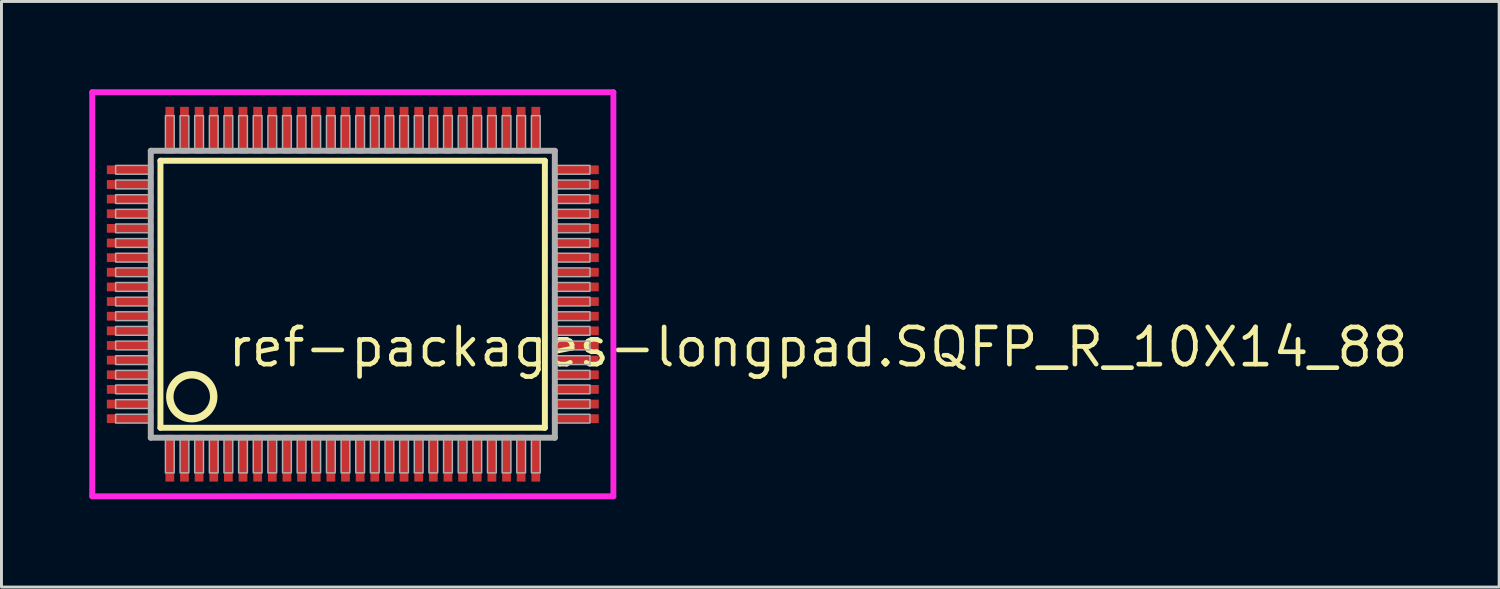
<source format=kicad_pcb>
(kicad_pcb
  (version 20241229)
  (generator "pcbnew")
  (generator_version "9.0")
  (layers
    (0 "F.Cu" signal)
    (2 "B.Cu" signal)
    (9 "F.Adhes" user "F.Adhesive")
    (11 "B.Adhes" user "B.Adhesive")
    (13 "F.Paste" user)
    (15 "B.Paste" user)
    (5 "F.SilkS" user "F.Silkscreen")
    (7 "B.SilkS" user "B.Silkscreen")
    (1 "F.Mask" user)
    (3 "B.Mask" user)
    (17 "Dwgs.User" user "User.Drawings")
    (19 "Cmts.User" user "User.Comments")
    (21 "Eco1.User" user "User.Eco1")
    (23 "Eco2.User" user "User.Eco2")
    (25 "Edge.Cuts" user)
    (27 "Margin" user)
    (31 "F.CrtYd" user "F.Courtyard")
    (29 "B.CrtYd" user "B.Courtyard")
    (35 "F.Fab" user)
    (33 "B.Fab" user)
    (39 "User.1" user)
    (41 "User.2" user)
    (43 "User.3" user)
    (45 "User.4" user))
  (footprint "ref-packages-longpad.SQFP_R_10X14_88"
    (layer "F.Cu")
    (at 9 7)
    (property "Reference" "ref-packages-longpad.SQFP_R_10X14_88" (at -4.35 2.55 0) (layer "F.SilkS") (effects (font (size 1.27 1.27) (thickness 0.16)) (justify left bottom)))
    (attr smd)
    (fp_line (start -6.57 -4.56) (end 6.56 -4.56) (stroke (width 0.203) (type default)) (layer "F.SilkS"))
    (fp_line (start -6.57 4.56) (end -6.57 -4.56) (stroke (width 0.203) (type default)) (layer "F.SilkS"))
    (fp_line (start 6.56 -4.56) (end 6.56 4.56) (stroke (width 0.203) (type default)) (layer "F.SilkS"))
    (fp_line (start 6.56 4.56) (end -6.57 4.56) (stroke (width 0.203) (type default)) (layer "F.SilkS"))
    (fp_circle (center -5.5 3.5) (end -4.75 3.5) (stroke (width 0.254) (type default)) (fill no) (layer "F.SilkS"))
    (fp_line (start -8.9 -6.9) (end 8.9 -6.9) (stroke (width 0.2) (type default)) (layer "F.CrtYd"))
    (fp_line (start -8.9 6.9) (end -8.9 -6.9) (stroke (width 0.2) (type default)) (layer "F.CrtYd"))
    (fp_line (start 8.9 -6.9) (end 8.9 6.9) (stroke (width 0.2) (type default)) (layer "F.CrtYd"))
    (fp_line (start 8.9 6.9) (end -8.9 6.9) (stroke (width 0.2) (type default)) (layer "F.CrtYd"))
    (fp_line (start -6.9 -4.9) (end -6.9 4.9) (stroke (width 0.203) (type default)) (layer "F.Fab"))
    (fp_line (start -6.9 4.9) (end 6.9 4.9) (stroke (width 0.203) (type default)) (layer "F.Fab"))
    (fp_line (start 6.9 -4.9) (end -6.9 -4.9) (stroke (width 0.203) (type default)) (layer "F.Fab"))
    (fp_line (start 6.9 4.9) (end 6.9 -4.9) (stroke (width 0.203) (type default)) (layer "F.Fab"))
    (fp_rect (start -8.1 -4.1) (end -6.95 -4.4) (stroke (width 0.05) (type default)) (fill no) (layer "F.Fab"))
    (fp_rect (start -8.1 -3.6) (end -6.95 -3.9) (stroke (width 0.05) (type default)) (fill no) (layer "F.Fab"))
    (fp_rect (start -8.1 -3.1) (end -6.95 -3.4) (stroke (width 0.05) (type default)) (fill no) (layer "F.Fab"))
    (fp_rect (start -8.1 -2.6) (end -6.95 -2.9) (stroke (width 0.05) (type default)) (fill no) (layer "F.Fab"))
    (fp_rect (start -8.1 -2.1) (end -6.95 -2.4) (stroke (width 0.05) (type default)) (fill no) (layer "F.Fab"))
    (fp_rect (start -8.1 -1.6) (end -6.95 -1.9) (stroke (width 0.05) (type default)) (fill no) (layer "F.Fab"))
    (fp_rect (start -8.1 -1.1) (end -6.95 -1.4) (stroke (width 0.05) (type default)) (fill no) (layer "F.Fab"))
    (fp_rect (start -8.1 -0.6) (end -6.95 -0.9) (stroke (width 0.05) (type default)) (fill no) (layer "F.Fab"))
    (fp_rect (start -8.1 -0.1) (end -6.95 -0.4) (stroke (width 0.05) (type default)) (fill no) (layer "F.Fab"))
    (fp_rect (start -8.1 0.4) (end -6.95 0.1) (stroke (width 0.05) (type default)) (fill no) (layer "F.Fab"))
    (fp_rect (start -8.1 0.9) (end -6.95 0.6) (stroke (width 0.05) (type default)) (fill no) (layer "F.Fab"))
    (fp_rect (start -8.1 1.4) (end -6.95 1.1) (stroke (width 0.05) (type default)) (fill no) (layer "F.Fab"))
    (fp_rect (start -8.1 1.9) (end -6.95 1.6) (stroke (width 0.05) (type default)) (fill no) (layer "F.Fab"))
    (fp_rect (start -8.1 2.4) (end -6.95 2.1) (stroke (width 0.05) (type default)) (fill no) (layer "F.Fab"))
    (fp_rect (start -8.1 2.9) (end -6.95 2.6) (stroke (width 0.05) (type default)) (fill no) (layer "F.Fab"))
    (fp_rect (start -8.1 3.4) (end -6.95 3.1) (stroke (width 0.05) (type default)) (fill no) (layer "F.Fab"))
    (fp_rect (start -8.1 3.9) (end -6.95 3.6) (stroke (width 0.05) (type default)) (fill no) (layer "F.Fab"))
    (fp_rect (start -8.1 4.4) (end -6.95 4.1) (stroke (width 0.05) (type default)) (fill no) (layer "F.Fab"))
    (fp_rect (start -6.4 -4.95) (end -6.1 -6.1) (stroke (width 0.05) (type default)) (fill no) (layer "F.Fab"))
    (fp_rect (start -6.4 6.1) (end -6.1 4.95) (stroke (width 0.05) (type default)) (fill no) (layer "F.Fab"))
    (fp_rect (start -5.9 -4.95) (end -5.6 -6.1) (stroke (width 0.05) (type default)) (fill no) (layer "F.Fab"))
    (fp_rect (start -5.9 6.1) (end -5.6 4.95) (stroke (width 0.05) (type default)) (fill no) (layer "F.Fab"))
    (fp_rect (start -5.4 -4.95) (end -5.1 -6.1) (stroke (width 0.05) (type default)) (fill no) (layer "F.Fab"))
    (fp_rect (start -5.4 6.1) (end -5.1 4.95) (stroke (width 0.05) (type default)) (fill no) (layer "F.Fab"))
    (fp_rect (start -4.9 -4.95) (end -4.6 -6.1) (stroke (width 0.05) (type default)) (fill no) (layer "F.Fab"))
    (fp_rect (start -4.9 6.1) (end -4.6 4.95) (stroke (width 0.05) (type default)) (fill no) (layer "F.Fab"))
    (fp_rect (start -4.4 -4.95) (end -4.1 -6.1) (stroke (width 0.05) (type default)) (fill no) (layer "F.Fab"))
    (fp_rect (start -4.4 6.1) (end -4.1 4.95) (stroke (width 0.05) (type default)) (fill no) (layer "F.Fab"))
    (fp_rect (start -3.9 -4.95) (end -3.6 -6.1) (stroke (width 0.05) (type default)) (fill no) (layer "F.Fab"))
    (fp_rect (start -3.9 6.1) (end -3.6 4.95) (stroke (width 0.05) (type default)) (fill no) (layer "F.Fab"))
    (fp_rect (start -3.4 -4.95) (end -3.1 -6.1) (stroke (width 0.05) (type default)) (fill no) (layer "F.Fab"))
    (fp_rect (start -3.4 6.1) (end -3.1 4.95) (stroke (width 0.05) (type default)) (fill no) (layer "F.Fab"))
    (fp_rect (start -2.9 -4.95) (end -2.6 -6.1) (stroke (width 0.05) (type default)) (fill no) (layer "F.Fab"))
    (fp_rect (start -2.9 6.1) (end -2.6 4.95) (stroke (width 0.05) (type default)) (fill no) (layer "F.Fab"))
    (fp_rect (start -2.4 -4.95) (end -2.1 -6.1) (stroke (width 0.05) (type default)) (fill no) (layer "F.Fab"))
    (fp_rect (start -2.4 6.1) (end -2.1 4.95) (stroke (width 0.05) (type default)) (fill no) (layer "F.Fab"))
    (fp_rect (start -1.9 -4.95) (end -1.6 -6.1) (stroke (width 0.05) (type default)) (fill no) (layer "F.Fab"))
    (fp_rect (start -1.9 6.1) (end -1.6 4.95) (stroke (width 0.05) (type default)) (fill no) (layer "F.Fab"))
    (fp_rect (start -1.4 -4.95) (end -1.1 -6.1) (stroke (width 0.05) (type default)) (fill no) (layer "F.Fab"))
    (fp_rect (start -1.4 6.1) (end -1.1 4.95) (stroke (width 0.05) (type default)) (fill no) (layer "F.Fab"))
    (fp_rect (start -0.9 -4.95) (end -0.6 -6.1) (stroke (width 0.05) (type default)) (fill no) (layer "F.Fab"))
    (fp_rect (start -0.9 6.1) (end -0.6 4.95) (stroke (width 0.05) (type default)) (fill no) (layer "F.Fab"))
    (fp_rect (start -0.4 -4.95) (end -0.1 -6.1) (stroke (width 0.05) (type default)) (fill no) (layer "F.Fab"))
    (fp_rect (start -0.4 6.1) (end -0.1 4.95) (stroke (width 0.05) (type default)) (fill no) (layer "F.Fab"))
    (fp_rect (start 0.1 -4.95) (end 0.4 -6.1) (stroke (width 0.05) (type default)) (fill no) (layer "F.Fab"))
    (fp_rect (start 0.1 6.1) (end 0.4 4.95) (stroke (width 0.05) (type default)) (fill no) (layer "F.Fab"))
    (fp_rect (start 0.6 -4.95) (end 0.9 -6.1) (stroke (width 0.05) (type default)) (fill no) (layer "F.Fab"))
    (fp_rect (start 0.6 6.1) (end 0.9 4.95) (stroke (width 0.05) (type default)) (fill no) (layer "F.Fab"))
    (fp_rect (start 1.1 -4.95) (end 1.4 -6.1) (stroke (width 0.05) (type default)) (fill no) (layer "F.Fab"))
    (fp_rect (start 1.1 6.1) (end 1.4 4.95) (stroke (width 0.05) (type default)) (fill no) (layer "F.Fab"))
    (fp_rect (start 1.6 -4.95) (end 1.9 -6.1) (stroke (width 0.05) (type default)) (fill no) (layer "F.Fab"))
    (fp_rect (start 1.6 6.1) (end 1.9 4.95) (stroke (width 0.05) (type default)) (fill no) (layer "F.Fab"))
    (fp_rect (start 2.1 -4.95) (end 2.4 -6.1) (stroke (width 0.05) (type default)) (fill no) (layer "F.Fab"))
    (fp_rect (start 2.1 6.1) (end 2.4 4.95) (stroke (width 0.05) (type default)) (fill no) (layer "F.Fab"))
    (fp_rect (start 2.6 -4.95) (end 2.9 -6.1) (stroke (width 0.05) (type default)) (fill no) (layer "F.Fab"))
    (fp_rect (start 2.6 6.1) (end 2.9 4.95) (stroke (width 0.05) (type default)) (fill no) (layer "F.Fab"))
    (fp_rect (start 3.1 -4.95) (end 3.4 -6.1) (stroke (width 0.05) (type default)) (fill no) (layer "F.Fab"))
    (fp_rect (start 3.1 6.1) (end 3.4 4.95) (stroke (width 0.05) (type default)) (fill no) (layer "F.Fab"))
    (fp_rect (start 3.6 -4.95) (end 3.9 -6.1) (stroke (width 0.05) (type default)) (fill no) (layer "F.Fab"))
    (fp_rect (start 3.6 6.1) (end 3.9 4.95) (stroke (width 0.05) (type default)) (fill no) (layer "F.Fab"))
    (fp_rect (start 4.1 -4.95) (end 4.4 -6.1) (stroke (width 0.05) (type default)) (fill no) (layer "F.Fab"))
    (fp_rect (start 4.1 6.1) (end 4.4 4.95) (stroke (width 0.05) (type default)) (fill no) (layer "F.Fab"))
    (fp_rect (start 4.6 -4.95) (end 4.9 -6.1) (stroke (width 0.05) (type default)) (fill no) (layer "F.Fab"))
    (fp_rect (start 4.6 6.1) (end 4.9 4.95) (stroke (width 0.05) (type default)) (fill no) (layer "F.Fab"))
    (fp_rect (start 5.1 -4.95) (end 5.4 -6.1) (stroke (width 0.05) (type default)) (fill no) (layer "F.Fab"))
    (fp_rect (start 5.1 6.1) (end 5.4 4.95) (stroke (width 0.05) (type default)) (fill no) (layer "F.Fab"))
    (fp_rect (start 5.6 -4.95) (end 5.9 -6.1) (stroke (width 0.05) (type default)) (fill no) (layer "F.Fab"))
    (fp_rect (start 5.6 6.1) (end 5.9 4.95) (stroke (width 0.05) (type default)) (fill no) (layer "F.Fab"))
    (fp_rect (start 6.1 -4.95) (end 6.4 -6.1) (stroke (width 0.05) (type default)) (fill no) (layer "F.Fab"))
    (fp_rect (start 6.1 6.1) (end 6.4 4.95) (stroke (width 0.05) (type default)) (fill no) (layer "F.Fab"))
    (fp_rect (start 6.95 -4.1) (end 8.1 -4.4) (stroke (width 0.05) (type default)) (fill no) (layer "F.Fab"))
    (fp_rect (start 6.95 -3.6) (end 8.1 -3.9) (stroke (width 0.05) (type default)) (fill no) (layer "F.Fab"))
    (fp_rect (start 6.95 -3.1) (end 8.1 -3.4) (stroke (width 0.05) (type default)) (fill no) (layer "F.Fab"))
    (fp_rect (start 6.95 -2.6) (end 8.1 -2.9) (stroke (width 0.05) (type default)) (fill no) (layer "F.Fab"))
    (fp_rect (start 6.95 -2.1) (end 8.1 -2.4) (stroke (width 0.05) (type default)) (fill no) (layer "F.Fab"))
    (fp_rect (start 6.95 -1.6) (end 8.1 -1.9) (stroke (width 0.05) (type default)) (fill no) (layer "F.Fab"))
    (fp_rect (start 6.95 -1.1) (end 8.1 -1.4) (stroke (width 0.05) (type default)) (fill no) (layer "F.Fab"))
    (fp_rect (start 6.95 -0.6) (end 8.1 -0.9) (stroke (width 0.05) (type default)) (fill no) (layer "F.Fab"))
    (fp_rect (start 6.95 -0.1) (end 8.1 -0.4) (stroke (width 0.05) (type default)) (fill no) (layer "F.Fab"))
    (fp_rect (start 6.95 0.4) (end 8.1 0.1) (stroke (width 0.05) (type default)) (fill no) (layer "F.Fab"))
    (fp_rect (start 6.95 0.9) (end 8.1 0.6) (stroke (width 0.05) (type default)) (fill no) (layer "F.Fab"))
    (fp_rect (start 6.95 1.4) (end 8.1 1.1) (stroke (width 0.05) (type default)) (fill no) (layer "F.Fab"))
    (fp_rect (start 6.95 1.9) (end 8.1 1.6) (stroke (width 0.05) (type default)) (fill no) (layer "F.Fab"))
    (fp_rect (start 6.95 2.4) (end 8.1 2.1) (stroke (width 0.05) (type default)) (fill no) (layer "F.Fab"))
    (fp_rect (start 6.95 2.9) (end 8.1 2.6) (stroke (width 0.05) (type default)) (fill no) (layer "F.Fab"))
    (fp_rect (start 6.95 3.4) (end 8.1 3.1) (stroke (width 0.05) (type default)) (fill no) (layer "F.Fab"))
    (fp_rect (start 6.95 3.9) (end 8.1 3.6) (stroke (width 0.05) (type default)) (fill no) (layer "F.Fab"))
    (fp_rect (start 6.95 4.4) (end 8.1 4.1) (stroke (width 0.05) (type default)) (fill no) (layer "F.Fab"))
    (pad "1" smd roundrect (at -6.25 5.6) (size 0.3 1.6) (layers "F.Cu" "F.Mask" "F.Paste") (roundrect_rratio 0.01))
    (pad "2" smd roundrect (at -5.75 5.6) (size 0.3 1.6) (layers "F.Cu" "F.Mask" "F.Paste") (roundrect_rratio 0.01))
    (pad "3" smd roundrect (at -5.25 5.6) (size 0.3 1.6) (layers "F.Cu" "F.Mask" "F.Paste") (roundrect_rratio 0.01))
    (pad "4" smd roundrect (at -4.75 5.6) (size 0.3 1.6) (layers "F.Cu" "F.Mask" "F.Paste") (roundrect_rratio 0.01))
    (pad "5" smd roundrect (at -4.25 5.6) (size 0.3 1.6) (layers "F.Cu" "F.Mask" "F.Paste") (roundrect_rratio 0.01))
    (pad "6" smd roundrect (at -3.75 5.6) (size 0.3 1.6) (layers "F.Cu" "F.Mask" "F.Paste") (roundrect_rratio 0.01))
    (pad "7" smd roundrect (at -3.25 5.6) (size 0.3 1.6) (layers "F.Cu" "F.Mask" "F.Paste") (roundrect_rratio 0.01))
    (pad "8" smd roundrect (at -2.75 5.6) (size 0.3 1.6) (layers "F.Cu" "F.Mask" "F.Paste") (roundrect_rratio 0.01))
    (pad "9" smd roundrect (at -2.25 5.6) (size 0.3 1.6) (layers "F.Cu" "F.Mask" "F.Paste") (roundrect_rratio 0.01))
    (pad "10" smd roundrect (at -1.75 5.6) (size 0.3 1.6) (layers "F.Cu" "F.Mask" "F.Paste") (roundrect_rratio 0.01))
    (pad "11" smd roundrect (at -1.25 5.6) (size 0.3 1.6) (layers "F.Cu" "F.Mask" "F.Paste") (roundrect_rratio 0.01))
    (pad "12" smd roundrect (at -0.75 5.6) (size 0.3 1.6) (layers "F.Cu" "F.Mask" "F.Paste") (roundrect_rratio 0.01))
    (pad "13" smd roundrect (at -0.25 5.6) (size 0.3 1.6) (layers "F.Cu" "F.Mask" "F.Paste") (roundrect_rratio 0.01))
    (pad "14" smd roundrect (at 0.25 5.6) (size 0.3 1.6) (layers "F.Cu" "F.Mask" "F.Paste") (roundrect_rratio 0.01))
    (pad "15" smd roundrect (at 0.75 5.6) (size 0.3 1.6) (layers "F.Cu" "F.Mask" "F.Paste") (roundrect_rratio 0.01))
    (pad "16" smd roundrect (at 1.25 5.6) (size 0.3 1.6) (layers "F.Cu" "F.Mask" "F.Paste") (roundrect_rratio 0.01))
    (pad "17" smd roundrect (at 1.75 5.6) (size 0.3 1.6) (layers "F.Cu" "F.Mask" "F.Paste") (roundrect_rratio 0.01))
    (pad "18" smd roundrect (at 2.25 5.6) (size 0.3 1.6) (layers "F.Cu" "F.Mask" "F.Paste") (roundrect_rratio 0.01))
    (pad "19" smd roundrect (at 2.75 5.6) (size 0.3 1.6) (layers "F.Cu" "F.Mask" "F.Paste") (roundrect_rratio 0.01))
    (pad "20" smd roundrect (at 3.25 5.6) (size 0.3 1.6) (layers "F.Cu" "F.Mask" "F.Paste") (roundrect_rratio 0.01))
    (pad "21" smd roundrect (at 3.75 5.6) (size 0.3 1.6) (layers "F.Cu" "F.Mask" "F.Paste") (roundrect_rratio 0.01))
    (pad "22" smd roundrect (at 4.25 5.6) (size 0.3 1.6) (layers "F.Cu" "F.Mask" "F.Paste") (roundrect_rratio 0.01))
    (pad "23" smd roundrect (at 4.75 5.6) (size 0.3 1.6) (layers "F.Cu" "F.Mask" "F.Paste") (roundrect_rratio 0.01))
    (pad "24" smd roundrect (at 5.25 5.6) (size 0.3 1.6) (layers "F.Cu" "F.Mask" "F.Paste") (roundrect_rratio 0.01))
    (pad "25" smd roundrect (at 5.75 5.6) (size 0.3 1.6) (layers "F.Cu" "F.Mask" "F.Paste") (roundrect_rratio 0.01))
    (pad "26" smd roundrect (at 6.25 5.6) (size 0.3 1.6) (layers "F.Cu" "F.Mask" "F.Paste") (roundrect_rratio 0.01))
    (pad "27" smd roundrect (at 7.6 4.25) (size 1.6 0.3) (layers "F.Cu" "F.Mask" "F.Paste") (roundrect_rratio 0.01))
    (pad "28" smd roundrect (at 7.6 3.75) (size 1.6 0.3) (layers "F.Cu" "F.Mask" "F.Paste") (roundrect_rratio 0.01))
    (pad "29" smd roundrect (at 7.6 3.25) (size 1.6 0.3) (layers "F.Cu" "F.Mask" "F.Paste") (roundrect_rratio 0.01))
    (pad "30" smd roundrect (at 7.6 2.75) (size 1.6 0.3) (layers "F.Cu" "F.Mask" "F.Paste") (roundrect_rratio 0.01))
    (pad "31" smd roundrect (at 7.6 2.25) (size 1.6 0.3) (layers "F.Cu" "F.Mask" "F.Paste") (roundrect_rratio 0.01))
    (pad "32" smd roundrect (at 7.6 1.75) (size 1.6 0.3) (layers "F.Cu" "F.Mask" "F.Paste") (roundrect_rratio 0.01))
    (pad "33" smd roundrect (at 7.6 1.25) (size 1.6 0.3) (layers "F.Cu" "F.Mask" "F.Paste") (roundrect_rratio 0.01))
    (pad "34" smd roundrect (at 7.6 0.75) (size 1.6 0.3) (layers "F.Cu" "F.Mask" "F.Paste") (roundrect_rratio 0.01))
    (pad "35" smd roundrect (at 7.6 0.25) (size 1.6 0.3) (layers "F.Cu" "F.Mask" "F.Paste") (roundrect_rratio 0.01))
    (pad "36" smd roundrect (at 7.6 -0.25) (size 1.6 0.3) (layers "F.Cu" "F.Mask" "F.Paste") (roundrect_rratio 0.01))
    (pad "37" smd roundrect (at 7.6 -0.75) (size 1.6 0.3) (layers "F.Cu" "F.Mask" "F.Paste") (roundrect_rratio 0.01))
    (pad "38" smd roundrect (at 7.6 -1.25) (size 1.6 0.3) (layers "F.Cu" "F.Mask" "F.Paste") (roundrect_rratio 0.01))
    (pad "39" smd roundrect (at 7.6 -1.75) (size 1.6 0.3) (layers "F.Cu" "F.Mask" "F.Paste") (roundrect_rratio 0.01))
    (pad "40" smd roundrect (at 7.6 -2.25) (size 1.6 0.3) (layers "F.Cu" "F.Mask" "F.Paste") (roundrect_rratio 0.01))
    (pad "41" smd roundrect (at 7.6 -2.75) (size 1.6 0.3) (layers "F.Cu" "F.Mask" "F.Paste") (roundrect_rratio 0.01))
    (pad "42" smd roundrect (at 7.6 -3.25) (size 1.6 0.3) (layers "F.Cu" "F.Mask" "F.Paste") (roundrect_rratio 0.01))
    (pad "43" smd roundrect (at 7.6 -3.75) (size 1.6 0.3) (layers "F.Cu" "F.Mask" "F.Paste") (roundrect_rratio 0.01))
    (pad "44" smd roundrect (at 7.6 -4.25) (size 1.6 0.3) (layers "F.Cu" "F.Mask" "F.Paste") (roundrect_rratio 0.01))
    (pad "45" smd roundrect (at 6.25 -5.6) (size 0.3 1.6) (layers "F.Cu" "F.Mask" "F.Paste") (roundrect_rratio 0.01))
    (pad "46" smd roundrect (at 5.75 -5.6) (size 0.3 1.6) (layers "F.Cu" "F.Mask" "F.Paste") (roundrect_rratio 0.01))
    (pad "47" smd roundrect (at 5.25 -5.6) (size 0.3 1.6) (layers "F.Cu" "F.Mask" "F.Paste") (roundrect_rratio 0.01))
    (pad "48" smd roundrect (at 4.75 -5.6) (size 0.3 1.6) (layers "F.Cu" "F.Mask" "F.Paste") (roundrect_rratio 0.01))
    (pad "49" smd roundrect (at 4.25 -5.6) (size 0.3 1.6) (layers "F.Cu" "F.Mask" "F.Paste") (roundrect_rratio 0.01))
    (pad "50" smd roundrect (at 3.75 -5.6) (size 0.3 1.6) (layers "F.Cu" "F.Mask" "F.Paste") (roundrect_rratio 0.01))
    (pad "51" smd roundrect (at 3.25 -5.6) (size 0.3 1.6) (layers "F.Cu" "F.Mask" "F.Paste") (roundrect_rratio 0.01))
    (pad "52" smd roundrect (at 2.75 -5.6) (size 0.3 1.6) (layers "F.Cu" "F.Mask" "F.Paste") (roundrect_rratio 0.01))
    (pad "53" smd roundrect (at 2.25 -5.6) (size 0.3 1.6) (layers "F.Cu" "F.Mask" "F.Paste") (roundrect_rratio 0.01))
    (pad "54" smd roundrect (at 1.75 -5.6) (size 0.3 1.6) (layers "F.Cu" "F.Mask" "F.Paste") (roundrect_rratio 0.01))
    (pad "55" smd roundrect (at 1.25 -5.6) (size 0.3 1.6) (layers "F.Cu" "F.Mask" "F.Paste") (roundrect_rratio 0.01))
    (pad "56" smd roundrect (at 0.75 -5.6) (size 0.3 1.6) (layers "F.Cu" "F.Mask" "F.Paste") (roundrect_rratio 0.01))
    (pad "57" smd roundrect (at 0.25 -5.6) (size 0.3 1.6) (layers "F.Cu" "F.Mask" "F.Paste") (roundrect_rratio 0.01))
    (pad "58" smd roundrect (at -0.25 -5.6) (size 0.3 1.6) (layers "F.Cu" "F.Mask" "F.Paste") (roundrect_rratio 0.01))
    (pad "59" smd roundrect (at -0.75 -5.6) (size 0.3 1.6) (layers "F.Cu" "F.Mask" "F.Paste") (roundrect_rratio 0.01))
    (pad "60" smd roundrect (at -1.25 -5.6) (size 0.3 1.6) (layers "F.Cu" "F.Mask" "F.Paste") (roundrect_rratio 0.01))
    (pad "61" smd roundrect (at -1.75 -5.6) (size 0.3 1.6) (layers "F.Cu" "F.Mask" "F.Paste") (roundrect_rratio 0.01))
    (pad "62" smd roundrect (at -2.25 -5.6) (size 0.3 1.6) (layers "F.Cu" "F.Mask" "F.Paste") (roundrect_rratio 0.01))
    (pad "63" smd roundrect (at -2.75 -5.6) (size 0.3 1.6) (layers "F.Cu" "F.Mask" "F.Paste") (roundrect_rratio 0.01))
    (pad "64" smd roundrect (at -3.25 -5.6) (size 0.3 1.6) (layers "F.Cu" "F.Mask" "F.Paste") (roundrect_rratio 0.01))
    (pad "65" smd roundrect (at -3.75 -5.6) (size 0.3 1.6) (layers "F.Cu" "F.Mask" "F.Paste") (roundrect_rratio 0.01))
    (pad "66" smd roundrect (at -4.25 -5.6) (size 0.3 1.6) (layers "F.Cu" "F.Mask" "F.Paste") (roundrect_rratio 0.01))
    (pad "67" smd roundrect (at -4.75 -5.6) (size 0.3 1.6) (layers "F.Cu" "F.Mask" "F.Paste") (roundrect_rratio 0.01))
    (pad "68" smd roundrect (at -5.25 -5.6) (size 0.3 1.6) (layers "F.Cu" "F.Mask" "F.Paste") (roundrect_rratio 0.01))
    (pad "69" smd roundrect (at -5.75 -5.6) (size 0.3 1.6) (layers "F.Cu" "F.Mask" "F.Paste") (roundrect_rratio 0.01))
    (pad "70" smd roundrect (at -6.25 -5.6) (size 0.3 1.6) (layers "F.Cu" "F.Mask" "F.Paste") (roundrect_rratio 0.01))
    (pad "71" smd roundrect (at -7.6 -4.25) (size 1.6 0.3) (layers "F.Cu" "F.Mask" "F.Paste") (roundrect_rratio 0.01))
    (pad "72" smd roundrect (at -7.6 -3.75) (size 1.6 0.3) (layers "F.Cu" "F.Mask" "F.Paste") (roundrect_rratio 0.01))
    (pad "73" smd roundrect (at -7.6 -3.25) (size 1.6 0.3) (layers "F.Cu" "F.Mask" "F.Paste") (roundrect_rratio 0.01))
    (pad "74" smd roundrect (at -7.6 -2.75) (size 1.6 0.3) (layers "F.Cu" "F.Mask" "F.Paste") (roundrect_rratio 0.01))
    (pad "75" smd roundrect (at -7.6 -2.25) (size 1.6 0.3) (layers "F.Cu" "F.Mask" "F.Paste") (roundrect_rratio 0.01))
    (pad "76" smd roundrect (at -7.6 -1.75) (size 1.6 0.3) (layers "F.Cu" "F.Mask" "F.Paste") (roundrect_rratio 0.01))
    (pad "77" smd roundrect (at -7.6 -1.25) (size 1.6 0.3) (layers "F.Cu" "F.Mask" "F.Paste") (roundrect_rratio 0.01))
    (pad "78" smd roundrect (at -7.6 -0.75) (size 1.6 0.3) (layers "F.Cu" "F.Mask" "F.Paste") (roundrect_rratio 0.01))
    (pad "79" smd roundrect (at -7.6 -0.25) (size 1.6 0.3) (layers "F.Cu" "F.Mask" "F.Paste") (roundrect_rratio 0.01))
    (pad "80" smd roundrect (at -7.6 0.25) (size 1.6 0.3) (layers "F.Cu" "F.Mask" "F.Paste") (roundrect_rratio 0.01))
    (pad "81" smd roundrect (at -7.6 0.75) (size 1.6 0.3) (layers "F.Cu" "F.Mask" "F.Paste") (roundrect_rratio 0.01))
    (pad "82" smd roundrect (at -7.6 1.25) (size 1.6 0.3) (layers "F.Cu" "F.Mask" "F.Paste") (roundrect_rratio 0.01))
    (pad "83" smd roundrect (at -7.6 1.75) (size 1.6 0.3) (layers "F.Cu" "F.Mask" "F.Paste") (roundrect_rratio 0.01))
    (pad "84" smd roundrect (at -7.6 2.25) (size 1.6 0.3) (layers "F.Cu" "F.Mask" "F.Paste") (roundrect_rratio 0.01))
    (pad "85" smd roundrect (at -7.6 2.75) (size 1.6 0.3) (layers "F.Cu" "F.Mask" "F.Paste") (roundrect_rratio 0.01))
    (pad "86" smd roundrect (at -7.6 3.25) (size 1.6 0.3) (layers "F.Cu" "F.Mask" "F.Paste") (roundrect_rratio 0.01))
    (pad "87" smd roundrect (at -7.6 3.75) (size 1.6 0.3) (layers "F.Cu" "F.Mask" "F.Paste") (roundrect_rratio 0.01))
    (pad "88" smd roundrect (at -7.6 4.25) (size 1.6 0.3) (layers "F.Cu" "F.Mask" "F.Paste") (roundrect_rratio 0.01)))
  (gr_rect
    (start -3 -3)
    (end 48.153 17)
    (stroke (width 0.1) (type default))
    (fill no)
    (layer "Edge.Cuts")))
</source>
